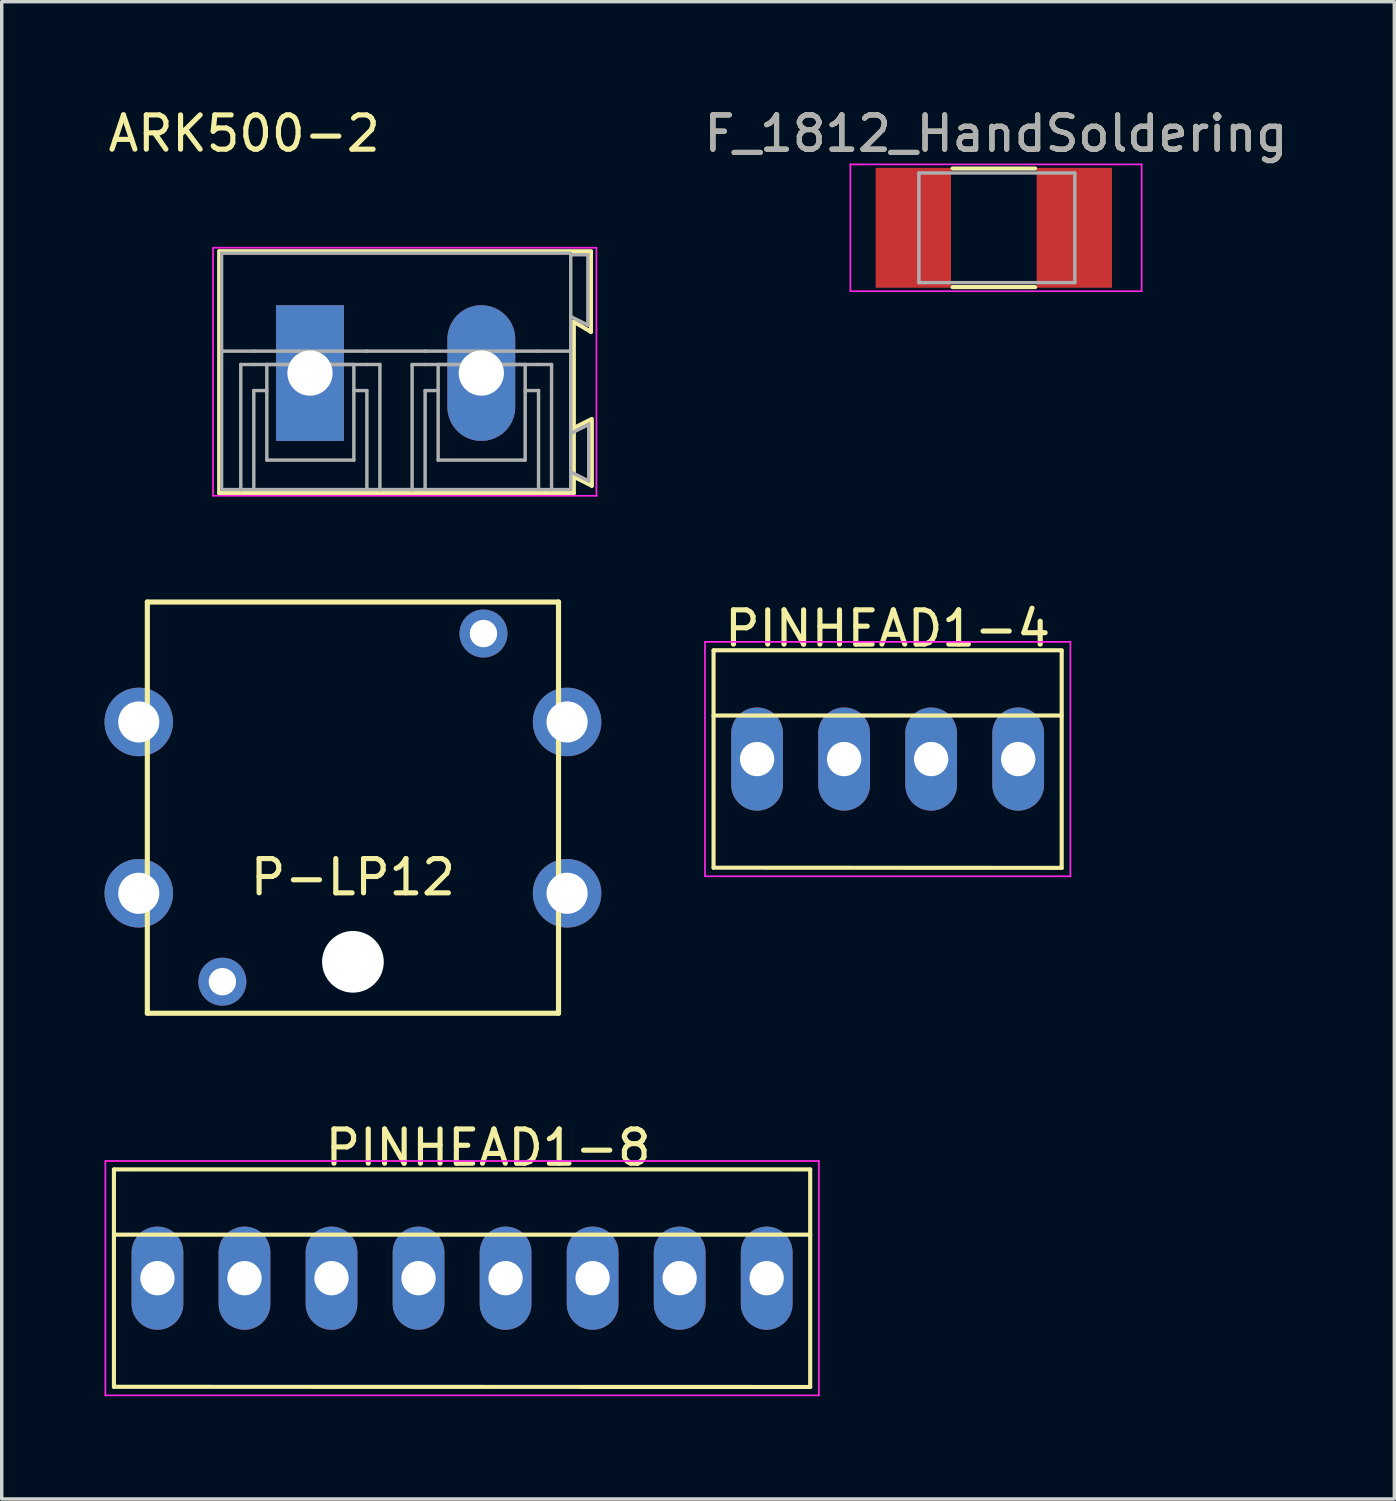
<source format=kicad_pcb>
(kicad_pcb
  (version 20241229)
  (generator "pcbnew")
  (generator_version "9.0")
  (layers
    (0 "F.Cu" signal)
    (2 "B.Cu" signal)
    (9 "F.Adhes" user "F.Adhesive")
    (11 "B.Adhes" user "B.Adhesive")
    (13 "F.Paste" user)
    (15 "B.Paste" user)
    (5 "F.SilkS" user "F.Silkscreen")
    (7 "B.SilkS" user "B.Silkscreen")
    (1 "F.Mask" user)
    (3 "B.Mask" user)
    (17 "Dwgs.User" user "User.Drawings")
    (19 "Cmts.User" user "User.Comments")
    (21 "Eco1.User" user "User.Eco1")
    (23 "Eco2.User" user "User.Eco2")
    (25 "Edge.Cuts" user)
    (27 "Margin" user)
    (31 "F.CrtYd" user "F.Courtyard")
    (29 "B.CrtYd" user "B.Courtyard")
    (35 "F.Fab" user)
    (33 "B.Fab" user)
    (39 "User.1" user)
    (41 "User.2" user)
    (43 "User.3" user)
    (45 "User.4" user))
  (footprint "ARK500-2"
    (layer "F.Cu")
    (at 5.997 7.838)
    (property "Reference" "ARK500-2" (at -1.92 -6.99 0) (layer "F.SilkS") (effects (font (size 1 1) (thickness 0.15))))
    (attr through_hole)
    (fp_line (start -2.65 -3.557) (end -2.65 3.505) (stroke (width 0.12) (type solid)) (layer "F.SilkS"))
    (fp_line (start -2.65 3.5) (end 7.7 3.5) (stroke (width 0.12) (type solid)) (layer "F.SilkS"))
    (fp_line (start 7.7 -1.5) (end 8.2 -1.2) (stroke (width 0.12) (type solid)) (layer "F.SilkS"))
    (fp_line (start 7.7 3.505) (end 7.7 -1.5) (stroke (width 0.12) (type solid)) (layer "F.SilkS"))
    (fp_line (start 7.725 3.039) (end 8.225 3.289) (stroke (width 0.12) (type solid)) (layer "F.SilkS"))
    (fp_line (start 8.2 -1.2) (end 8.2 -3.537) (stroke (width 0.12) (type solid)) (layer "F.SilkS"))
    (fp_line (start 8.204 -3.556) (end -2.642 -3.556) (stroke (width 0.12) (type solid)) (layer "F.SilkS"))
    (fp_line (start 8.225 1.339) (end 7.725 1.589) (stroke (width 0.12) (type solid)) (layer "F.SilkS"))
    (fp_line (start 8.225 3.289) (end 8.225 1.389) (stroke (width 0.12) (type solid)) (layer "F.SilkS"))
    (fp_line (start -2.83 -3.658) (end -2.83 3.582) (stroke (width 0.05) (type solid)) (layer "F.CrtYd"))
    (fp_line (start -2.819 3.581) (end 8.371 3.581) (stroke (width 0.05) (type solid)) (layer "F.CrtYd"))
    (fp_line (start 8.357 -3.658) (end -2.808 -3.658) (stroke (width 0.05) (type solid)) (layer "F.CrtYd"))
    (fp_line (start 8.36 3.581) (end 8.36 -3.658) (stroke (width 0.05) (type solid)) (layer "F.CrtYd"))
    (fp_line (start -2.58 -0.64) (end -2.58 -3.505) (stroke (width 0.1) (type solid)) (layer "F.Fab"))
    (fp_line (start -2.58 -0.64) (end -1.64 -0.64) (stroke (width 0.1) (type solid)) (layer "F.Fab"))
    (fp_line (start -2.58 3.378) (end -2.58 -0.64) (stroke (width 0.1) (type solid)) (layer "F.Fab"))
    (fp_line (start -2.58 3.4) (end -2.02 3.4) (stroke (width 0.1) (type solid)) (layer "F.Fab"))
    (fp_line (start -2.02 -0.25) (end -2.02 3.404) (stroke (width 0.1) (type solid)) (layer "F.Fab"))
    (fp_line (start -2.02 -0.25) (end -1.64 -0.25) (stroke (width 0.1) (type solid)) (layer "F.Fab"))
    (fp_line (start -2.02 3.4) (end 2.04 3.4) (stroke (width 0.1) (type solid)) (layer "F.Fab"))
    (fp_line (start -1.64 -0.64) (end 1.66 -0.64) (stroke (width 0.1) (type solid)) (layer "F.Fab"))
    (fp_line (start -1.64 0.51) (end -1.26 0.51) (stroke (width 0.1) (type solid)) (layer "F.Fab"))
    (fp_line (start -1.64 3.404) (end -1.64 0.51) (stroke (width 0.1) (type solid)) (layer "F.Fab"))
    (fp_line (start -1.26 -0.25) (end 1.28 -0.25) (stroke (width 0.1) (type solid)) (layer "F.Fab"))
    (fp_line (start -1.26 2.54) (end -1.26 -0.25) (stroke (width 0.1) (type solid)) (layer "F.Fab"))
    (fp_line (start -1.26 2.54) (end 1.28 2.54) (stroke (width 0.1) (type solid)) (layer "F.Fab"))
    (fp_line (start 1.28 2.54) (end 1.28 -0.25) (stroke (width 0.1) (type solid)) (layer "F.Fab"))
    (fp_line (start 1.66 -0.64) (end 3.36 -0.64) (stroke (width 0.1) (type solid)) (layer "F.Fab"))
    (fp_line (start 1.66 -0.25) (end -1.64 -0.25) (stroke (width 0.1) (type solid)) (layer "F.Fab"))
    (fp_line (start 1.66 0.51) (end 1.28 0.51) (stroke (width 0.1) (type solid)) (layer "F.Fab"))
    (fp_line (start 1.66 3.404) (end 1.66 0.51) (stroke (width 0.1) (type solid)) (layer "F.Fab"))
    (fp_line (start 2.04 -0.25) (end 1.66 -0.25) (stroke (width 0.1) (type solid)) (layer "F.Fab"))
    (fp_line (start 2.04 3.4) (end 2.98 3.4) (stroke (width 0.1) (type solid)) (layer "F.Fab"))
    (fp_line (start 2.04 3.404) (end 2.04 -0.25) (stroke (width 0.1) (type solid)) (layer "F.Fab"))
    (fp_line (start 2.98 -0.25) (end 3.36 -0.25) (stroke (width 0.1) (type solid)) (layer "F.Fab"))
    (fp_line (start 2.98 3.4) (end 7.05 3.4) (stroke (width 0.1) (type solid)) (layer "F.Fab"))
    (fp_line (start 2.98 3.404) (end 2.98 -0.25) (stroke (width 0.1) (type solid)) (layer "F.Fab"))
    (fp_line (start 3.36 -0.25) (end 6.67 -0.25) (stroke (width 0.1) (type solid)) (layer "F.Fab"))
    (fp_line (start 3.36 0.51) (end 3.74 0.51) (stroke (width 0.1) (type solid)) (layer "F.Fab"))
    (fp_line (start 3.36 3.404) (end 3.36 0.51) (stroke (width 0.1) (type solid)) (layer "F.Fab"))
    (fp_line (start 3.74 -0.25) (end 6.28 -0.25) (stroke (width 0.1) (type solid)) (layer "F.Fab"))
    (fp_line (start 3.74 2.54) (end 3.74 -0.25) (stroke (width 0.1) (type solid)) (layer "F.Fab"))
    (fp_line (start 3.74 2.54) (end 6.28 2.54) (stroke (width 0.1) (type solid)) (layer "F.Fab"))
    (fp_line (start 6.28 2.54) (end 6.28 -0.25) (stroke (width 0.1) (type solid)) (layer "F.Fab"))
    (fp_line (start 6.67 -0.64) (end 3.36 -0.64) (stroke (width 0.1) (type solid)) (layer "F.Fab"))
    (fp_line (start 6.67 0.51) (end 6.28 0.51) (stroke (width 0.1) (type solid)) (layer "F.Fab"))
    (fp_line (start 6.67 3.404) (end 6.67 0.51) (stroke (width 0.1) (type solid)) (layer "F.Fab"))
    (fp_line (start 7.05 -0.25) (end 6.67 -0.25) (stroke (width 0.1) (type solid)) (layer "F.Fab"))
    (fp_line (start 7.05 -0.25) (end 7.05 3.404) (stroke (width 0.1) (type solid)) (layer "F.Fab"))
    (fp_line (start 7.05 3.4) (end 7.595 3.4) (stroke (width 0.1) (type solid)) (layer "F.Fab"))
    (fp_line (start 7.61 -3.5) (end -2.58 -3.5) (stroke (width 0.1) (type solid)) (layer "F.Fab"))
    (fp_line (start 7.61 -3.48) (end 7.61 -1.65) (stroke (width 0.1) (type solid)) (layer "F.Fab"))
    (fp_line (start 7.61 -3.454) (end 8.11 -3.454) (stroke (width 0.1) (type solid)) (layer "F.Fab"))
    (fp_line (start 7.61 -1.65) (end 7.61 -0.64) (stroke (width 0.1) (type solid)) (layer "F.Fab"))
    (fp_line (start 7.61 -0.64) (end 6.67 -0.64) (stroke (width 0.1) (type solid)) (layer "F.Fab"))
    (fp_line (start 7.61 -0.64) (end 7.61 3.379) (stroke (width 0.1) (type solid)) (layer "F.Fab"))
    (fp_line (start 8.11 -3.455) (end 8.11 -1.4) (stroke (width 0.1) (type solid)) (layer "F.Fab"))
    (fp_line (start 8.11 -1.4) (end 7.61 -1.65) (stroke (width 0.1) (type solid)) (layer "F.Fab"))
    (fp_line (start 8.135 1.499) (end 7.635 1.749) (stroke (width 0.1) (type solid)) (layer "F.Fab"))
    (fp_line (start 8.135 1.499) (end 8.135 3.149) (stroke (width 0.1) (type solid)) (layer "F.Fab"))
    (fp_line (start 8.135 3.149) (end 7.635 2.899) (stroke (width 0.1) (type solid)) (layer "F.Fab"))
    (pad "1" thru_hole rect (at 0 0) (size 1.98 3.96) (drill 1.32) (layers "*.Cu" "F.Mask" "F.Paste"))
    (pad "2" thru_hole oval (at 5 0) (size 1.98 3.96) (drill 1.32) (layers "*.Cu" "F.Mask" "F.Paste")))
  (footprint "F_1812_HandSoldering"
    (layer "F.Cu")
    (at 26.018 3.598)
    (property "Reference" "F_1812_HandSoldering" (at 0 -2.75 0) (layer "F.SilkS") (effects (font (size 1 1) (thickness 0.15))))
    (attr smd)
    (fp_line (start -1.27 1.73) (end 1.143 1.73) (stroke (width 0.12) (type solid)) (layer "F.SilkS"))
    (fp_line (start 1.144 -1.73) (end -1.27 -1.73) (stroke (width 0.12) (type solid)) (layer "F.SilkS"))
    (fp_line (start -4.25 -1.85) (end -4.25 1.85) (stroke (width 0.05) (type solid)) (layer "F.CrtYd"))
    (fp_line (start -4.25 -1.85) (end 4.25 -1.85) (stroke (width 0.05) (type solid)) (layer "F.CrtYd"))
    (fp_line (start 4.25 1.85) (end -4.25 1.85) (stroke (width 0.05) (type solid)) (layer "F.CrtYd"))
    (fp_line (start 4.25 1.85) (end 4.25 -1.85) (stroke (width 0.05) (type solid)) (layer "F.CrtYd"))
    (fp_line (start -2.25 -1.6) (end 2.3 -1.6) (stroke (width 0.1) (type solid)) (layer "F.Fab"))
    (fp_line (start -2.25 1.6) (end -2.25 -1.6) (stroke (width 0.1) (type solid)) (layer "F.Fab"))
    (fp_line (start 2.3 -1.6) (end 2.3 1.6) (stroke (width 0.1) (type solid)) (layer "F.Fab"))
    (fp_line (start 2.3 1.6) (end -2.25 1.6) (stroke (width 0.1) (type solid)) (layer "F.Fab"))
    (fp_text user "${REFERENCE}" (at 0 -2.75 0) (layer "F.Fab") (effects (font (size 1 1) (thickness 0.15))))
    (pad "1" smd rect (at -2.413 0) (size 2.2 3.5) (layers "F.Cu" "F.Mask" "F.Paste"))
    (pad "2" smd rect (at 2.286 0) (size 2.2 3.5) (layers "F.Cu" "F.Mask" "F.Paste")))
  (footprint "PINHEAD1-4"
    (layer "F.Cu")
    (at 22.855 19.103)
    (property "Reference" "PINHEAD1-4" (at 0 -3.81 0) (layer "F.SilkS") (effects (font (size 1 1) (thickness 0.15))))
    (attr through_hole)
    (fp_line (start -5.08 -3.175) (end 5.08 -3.175) (stroke (width 0.12) (type solid)) (layer "F.SilkS"))
    (fp_line (start -5.08 -3.17) (end -5.08 3.17) (stroke (width 0.12) (type solid)) (layer "F.SilkS"))
    (fp_line (start -5.08 -1.27) (end 5.08 -1.27) (stroke (width 0.12) (type solid)) (layer "F.SilkS"))
    (fp_line (start 5.08 -3.165) (end 5.08 3.175) (stroke (width 0.12) (type solid)) (layer "F.SilkS"))
    (fp_line (start 5.08 3.175) (end -5.08 3.17) (stroke (width 0.12) (type solid)) (layer "F.SilkS"))
    (fp_line (start -5.33 -3.42) (end -5.33 3.42) (stroke (width 0.05) (type solid)) (layer "F.CrtYd"))
    (fp_line (start -5.33 -3.42) (end 5.335 -3.42) (stroke (width 0.05) (type solid)) (layer "F.CrtYd"))
    (fp_line (start 5.334 3.429) (end 5.334 -3.429) (stroke (width 0.05) (type solid)) (layer "F.CrtYd"))
    (fp_line (start 5.335 3.42) (end -5.33 3.42) (stroke (width 0.05) (type solid)) (layer "F.CrtYd"))
    (pad "1" thru_hole oval (at -3.81 0) (size 1.51 3.01) (drill 1) (layers "*.Cu" "*.Mask"))
    (pad "2" thru_hole oval (at -1.27 0) (size 1.51 3.01) (drill 1) (layers "*.Cu" "*.Mask"))
    (pad "3" thru_hole oval (at 1.27 0) (size 1.51 3.01) (drill 1) (layers "*.Cu" "*.Mask"))
    (pad "4" thru_hole oval (at 3.81 0) (size 1.51 3.01) (drill 1) (layers "*.Cu" "*.Mask")))
  (footprint "P-LP12"
    (layer "F.Cu")
    (at 7.25 20.52)
    (property "Reference" "P-LP12" (at 0 2.032 0) (layer "F.SilkS") (effects (font (size 1 1) (thickness 0.15))))
    (attr through_hole)
    (fp_line (start -6 -6) (end 6 -6) (stroke (width 0.15) (type solid)) (layer "F.SilkS"))
    (fp_line (start -6 6) (end -6 -6) (stroke (width 0.15) (type solid)) (layer "F.SilkS"))
    (fp_line (start 6 -6) (end 6 6) (stroke (width 0.15) (type solid)) (layer "F.SilkS"))
    (fp_line (start 6 6) (end -6 6) (stroke (width 0.15) (type solid)) (layer "F.SilkS"))
    (pad "" np_thru_hole circle (at 0 4.5) (size 1.8 1.8) (drill 1.8) (layers "*.Cu" "*.Mask"))
    (pad "1" thru_hole circle (at -6.25 2.5) (size 2 2) (drill 1.2) (layers "*.Cu" "*.Mask"))
    (pad "1" thru_hole circle (at 6.25 2.5) (size 2 2) (drill 1.2) (layers "*.Cu" "*.Mask"))
    (pad "2" thru_hole circle (at -6.25 -2.5) (size 2 2) (drill 1.2) (layers "*.Cu" "*.Mask"))
    (pad "2" thru_hole circle (at 6.25 -2.5) (size 2 2) (drill 1.2) (layers "*.Cu" "*.Mask"))
    (pad "3" thru_hole circle (at -3.81 5.08) (size 1.4 1.4) (drill 0.8) (layers "*.Cu" "*.Mask"))
    (pad "4" thru_hole circle (at 3.81 -5.08) (size 1.4 1.4) (drill 0.8) (layers "*.Cu" "*.Mask")))
  (footprint "PINHEAD1-8"
    (layer "F.Cu")
    (at 1.545 34.253)
    (property "Reference" "PINHEAD1-8" (at 9.652 -3.81 0) (layer "F.SilkS") (effects (font (size 1 1) (thickness 0.15))))
    (attr through_hole)
    (fp_line (start -1.27 -3.175) (end 19.05 -3.175) (stroke (width 0.12) (type solid)) (layer "F.SilkS"))
    (fp_line (start -1.27 -3.17) (end -1.27 3.17) (stroke (width 0.12) (type solid)) (layer "F.SilkS"))
    (fp_line (start -1.27 -1.27) (end 19.05 -1.27) (stroke (width 0.12) (type solid)) (layer "F.SilkS"))
    (fp_line (start 19.05 -3.17) (end 19.05 3.17) (stroke (width 0.12) (type solid)) (layer "F.SilkS"))
    (fp_line (start 19.05 3.175) (end -1.27 3.17) (stroke (width 0.12) (type solid)) (layer "F.SilkS"))
    (fp_line (start -1.52 -3.42) (end -1.52 3.42) (stroke (width 0.05) (type solid)) (layer "F.CrtYd"))
    (fp_line (start -1.52 -3.42) (end 19.304 -3.42) (stroke (width 0.05) (type solid)) (layer "F.CrtYd"))
    (fp_line (start 19.304 3.42) (end 19.304 -3.42) (stroke (width 0.05) (type solid)) (layer "F.CrtYd"))
    (fp_line (start 19.304 3.42) (end -1.52 3.42) (stroke (width 0.05) (type solid)) (layer "F.CrtYd"))
    (pad "1" thru_hole oval (at 0 0) (size 1.51 3.01) (drill 1) (layers "*.Cu" "*.Mask"))
    (pad "2" thru_hole oval (at 2.54 0) (size 1.51 3.01) (drill 1) (layers "*.Cu" "*.Mask"))
    (pad "3" thru_hole oval (at 5.08 0) (size 1.51 3.01) (drill 1) (layers "*.Cu" "*.Mask"))
    (pad "4" thru_hole oval (at 7.62 0) (size 1.51 3.01) (drill 1) (layers "*.Cu" "*.Mask"))
    (pad "5" thru_hole oval (at 10.16 0) (size 1.51 3.01) (drill 1) (layers "*.Cu" "*.Mask"))
    (pad "6" thru_hole oval (at 12.7 0) (size 1.51 3.01) (drill 1) (layers "*.Cu" "*.Mask"))
    (pad "7" thru_hole oval (at 15.24 0) (size 1.51 3.01) (drill 1) (layers "*.Cu" "*.Mask"))
    (pad "8" thru_hole oval (at 17.78 0) (size 1.51 3.01) (drill 1) (layers "*.Cu" "*.Mask")))
  (gr_rect
    (start -3 -3)
    (end 37.643 40.698)
    (stroke (width 0.1) (type default))
    (fill no)
    (layer "Edge.Cuts")))
</source>
